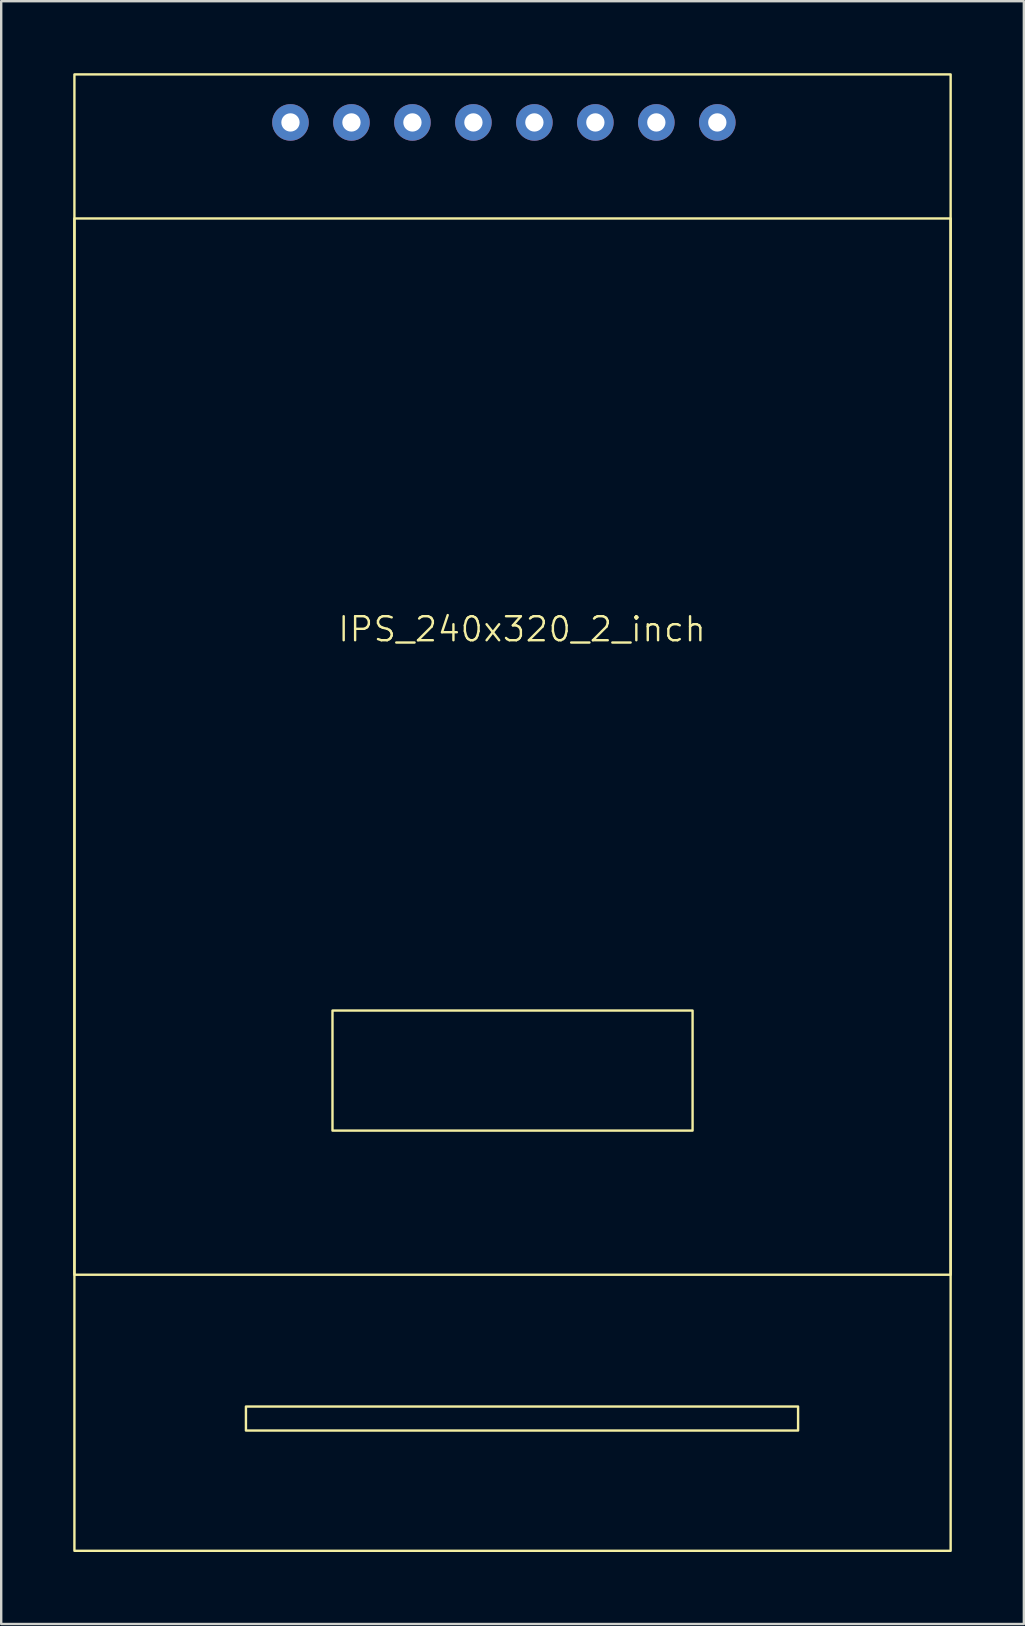
<source format=kicad_pcb>
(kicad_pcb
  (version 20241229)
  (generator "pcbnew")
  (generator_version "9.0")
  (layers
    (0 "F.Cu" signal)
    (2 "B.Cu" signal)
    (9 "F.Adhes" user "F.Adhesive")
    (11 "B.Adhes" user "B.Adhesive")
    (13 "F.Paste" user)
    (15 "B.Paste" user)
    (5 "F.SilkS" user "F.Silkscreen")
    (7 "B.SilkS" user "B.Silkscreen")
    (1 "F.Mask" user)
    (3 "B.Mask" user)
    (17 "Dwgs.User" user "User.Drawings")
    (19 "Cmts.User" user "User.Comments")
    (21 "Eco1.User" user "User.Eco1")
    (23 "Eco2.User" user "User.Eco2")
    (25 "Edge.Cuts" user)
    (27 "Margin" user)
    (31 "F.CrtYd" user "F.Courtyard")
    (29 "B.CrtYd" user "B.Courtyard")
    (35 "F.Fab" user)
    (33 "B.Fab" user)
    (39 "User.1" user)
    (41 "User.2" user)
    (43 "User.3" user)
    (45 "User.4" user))
  (footprint "IPS_240x320_2_inch"
    (layer "F.Cu")
    (at 18.579 27.54)
    (property "Reference" "IPS_240x320_2_inch" (at 0.116 -4.378 0) (unlocked yes) (layer "F.SilkS") (effects (font (size 1 1) (thickness 0.1))))
    (attr through_hole)
    (fp_rect (start -18.529 -27.49) (end 17.971 34.01) (stroke (width 0.1) (type default)) (fill no) (layer "F.SilkS"))
    (fp_rect (start -18.529 -21.49) (end 17.971 22.51) (stroke (width 0.1) (type default)) (fill no) (layer "F.SilkS"))
    (fp_rect (start -11.384 28) (end 11.616 29) (stroke (width 0.1) (type default)) (fill no) (layer "F.SilkS"))
    (fp_rect (start -7.779 11.506) (end 7.221 16.506) (stroke (width 0.1) (type default)) (fill no) (layer "F.SilkS"))
    (pad "1" thru_hole circle (at -9.529 -25.49) (size 1.524 1.524) (drill 0.762) (layers "*.Cu" "*.Mask"))
    (pad "2" thru_hole circle (at -6.989 -25.49) (size 1.524 1.524) (drill 0.762) (layers "*.Cu" "*.Mask"))
    (pad "3" thru_hole circle (at -4.449 -25.49) (size 1.524 1.524) (drill 0.762) (layers "*.Cu" "*.Mask"))
    (pad "4" thru_hole circle (at -1.909 -25.49) (size 1.524 1.524) (drill 0.762) (layers "*.Cu" "*.Mask"))
    (pad "5" thru_hole circle (at 0.631 -25.49) (size 1.524 1.524) (drill 0.762) (layers "*.Cu" "*.Mask"))
    (pad "6" thru_hole circle (at 3.171 -25.49) (size 1.524 1.524) (drill 0.762) (layers "*.Cu" "*.Mask"))
    (pad "7" thru_hole circle (at 5.711 -25.49) (size 1.524 1.524) (drill 0.762) (layers "*.Cu" "*.Mask"))
    (pad "8" thru_hole circle (at 8.251 -25.49) (size 1.524 1.524) (drill 0.762) (layers "*.Cu" "*.Mask")))
  (gr_rect
    (start -3 -3)
    (end 39.6 64.6)
    (stroke (width 0.1) (type default))
    (fill no)
    (layer "Edge.Cuts")))
</source>
